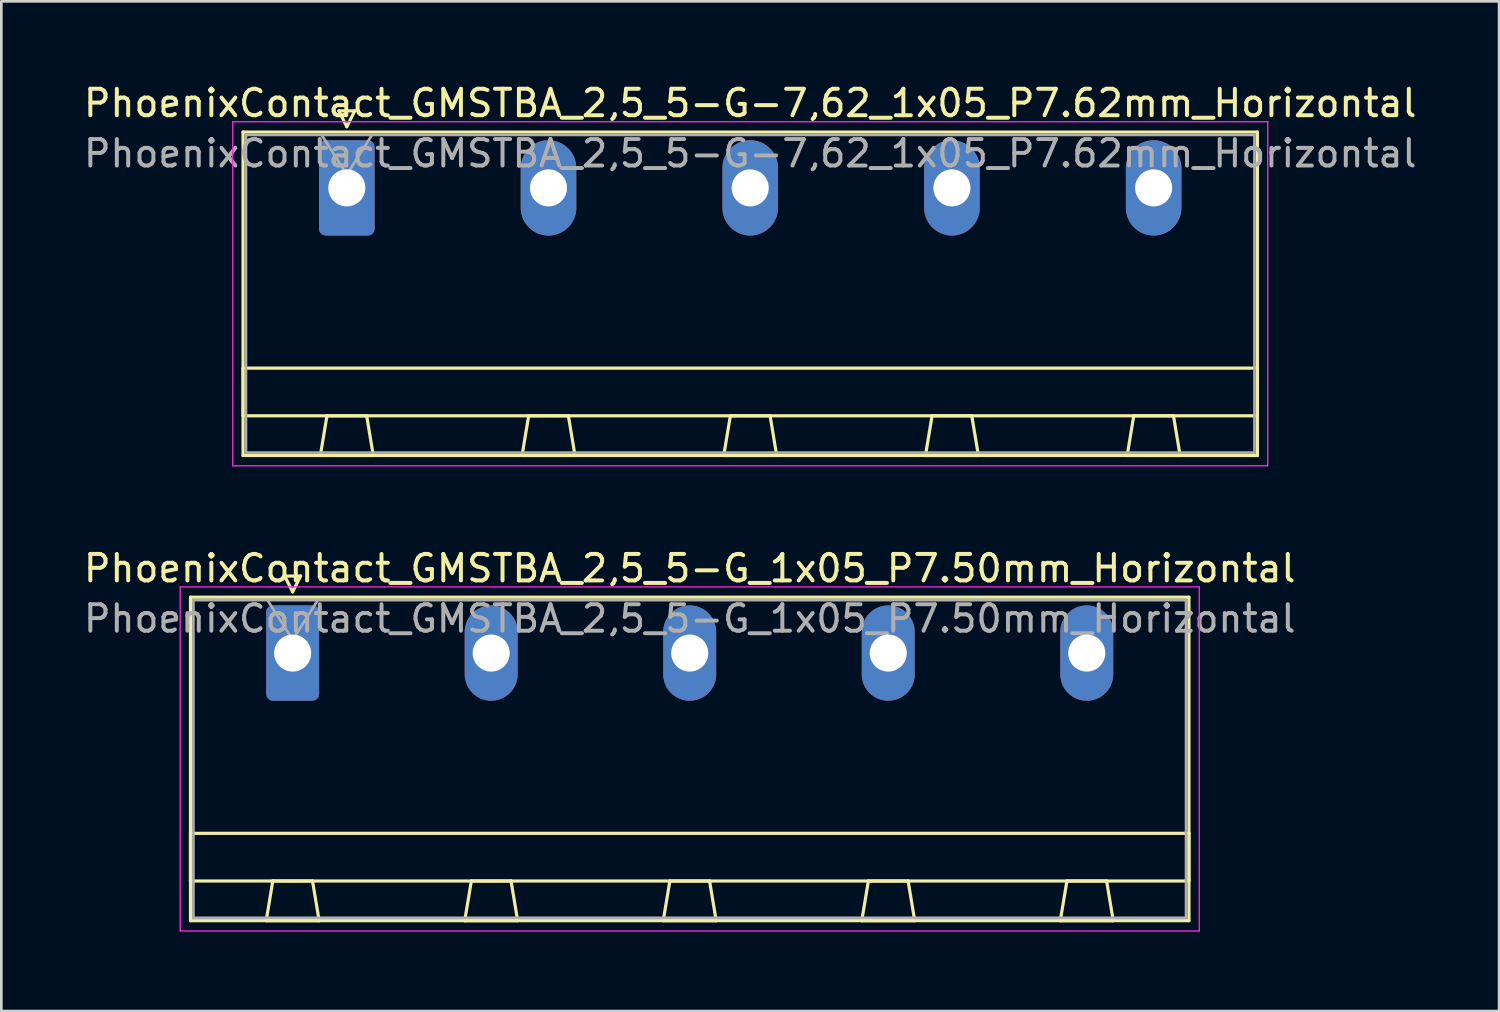
<source format=kicad_pcb>
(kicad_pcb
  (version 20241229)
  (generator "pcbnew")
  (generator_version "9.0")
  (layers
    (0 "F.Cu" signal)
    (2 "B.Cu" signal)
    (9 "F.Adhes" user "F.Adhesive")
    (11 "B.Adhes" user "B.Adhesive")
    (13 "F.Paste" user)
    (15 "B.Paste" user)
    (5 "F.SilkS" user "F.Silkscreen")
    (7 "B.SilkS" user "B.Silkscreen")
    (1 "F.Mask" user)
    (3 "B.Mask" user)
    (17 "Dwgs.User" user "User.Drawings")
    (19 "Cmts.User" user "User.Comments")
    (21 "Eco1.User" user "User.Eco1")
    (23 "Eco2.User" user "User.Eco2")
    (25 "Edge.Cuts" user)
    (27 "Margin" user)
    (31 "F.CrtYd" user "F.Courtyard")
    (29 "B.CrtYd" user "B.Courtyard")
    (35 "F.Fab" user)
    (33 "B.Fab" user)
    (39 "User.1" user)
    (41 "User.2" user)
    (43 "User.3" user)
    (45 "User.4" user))
  (footprint "PhoenixContact_GMSTBA_2,5_5-G_1x05_P7.50mm_Horizontal"
    (layer "F.Cu")
    (at 8.006 21.622)
    (property "Reference" "PhoenixContact_GMSTBA_2,5_5-G_1x05_P7.50mm_Horizontal" (at 15 -3.2 0) (layer "F.SilkS") (effects (font (size 1 1) (thickness 0.15))))
    (attr through_hole)
    (fp_line (start -3.86 -2.11) (end -3.86 10.11) (stroke (width 0.12) (type solid)) (layer "F.SilkS"))
    (fp_line (start -3.86 6.81) (end 33.86 6.81) (stroke (width 0.12) (type solid)) (layer "F.SilkS"))
    (fp_line (start -3.86 8.61) (end -3.86 6.81) (stroke (width 0.12) (type solid)) (layer "F.SilkS"))
    (fp_line (start -3.86 10.11) (end 33.86 10.11) (stroke (width 0.12) (type solid)) (layer "F.SilkS"))
    (fp_line (start -1 10.11) (end 1 10.11) (stroke (width 0.12) (type solid)) (layer "F.SilkS"))
    (fp_line (start -0.75 8.61) (end -1 10.11) (stroke (width 0.12) (type solid)) (layer "F.SilkS"))
    (fp_line (start -0.3 -2.91) (end 0.3 -2.91) (stroke (width 0.12) (type solid)) (layer "F.SilkS"))
    (fp_line (start 0 -2.31) (end -0.3 -2.91) (stroke (width 0.12) (type solid)) (layer "F.SilkS"))
    (fp_line (start 0.3 -2.91) (end 0 -2.31) (stroke (width 0.12) (type solid)) (layer "F.SilkS"))
    (fp_line (start 0.75 8.61) (end -0.75 8.61) (stroke (width 0.12) (type solid)) (layer "F.SilkS"))
    (fp_line (start 1 10.11) (end 0.75 8.61) (stroke (width 0.12) (type solid)) (layer "F.SilkS"))
    (fp_line (start 6.5 10.11) (end 8.5 10.11) (stroke (width 0.12) (type solid)) (layer "F.SilkS"))
    (fp_line (start 6.75 8.61) (end 6.5 10.11) (stroke (width 0.12) (type solid)) (layer "F.SilkS"))
    (fp_line (start 8.25 8.61) (end 6.75 8.61) (stroke (width 0.12) (type solid)) (layer "F.SilkS"))
    (fp_line (start 8.5 10.11) (end 8.25 8.61) (stroke (width 0.12) (type solid)) (layer "F.SilkS"))
    (fp_line (start 14 10.11) (end 16 10.11) (stroke (width 0.12) (type solid)) (layer "F.SilkS"))
    (fp_line (start 14.25 8.61) (end 14 10.11) (stroke (width 0.12) (type solid)) (layer "F.SilkS"))
    (fp_line (start 15.75 8.61) (end 14.25 8.61) (stroke (width 0.12) (type solid)) (layer "F.SilkS"))
    (fp_line (start 16 10.11) (end 15.75 8.61) (stroke (width 0.12) (type solid)) (layer "F.SilkS"))
    (fp_line (start 21.5 10.11) (end 23.5 10.11) (stroke (width 0.12) (type solid)) (layer "F.SilkS"))
    (fp_line (start 21.75 8.61) (end 21.5 10.11) (stroke (width 0.12) (type solid)) (layer "F.SilkS"))
    (fp_line (start 23.25 8.61) (end 21.75 8.61) (stroke (width 0.12) (type solid)) (layer "F.SilkS"))
    (fp_line (start 23.5 10.11) (end 23.25 8.61) (stroke (width 0.12) (type solid)) (layer "F.SilkS"))
    (fp_line (start 29 10.11) (end 31 10.11) (stroke (width 0.12) (type solid)) (layer "F.SilkS"))
    (fp_line (start 29.25 8.61) (end 29 10.11) (stroke (width 0.12) (type solid)) (layer "F.SilkS"))
    (fp_line (start 30.75 8.61) (end 29.25 8.61) (stroke (width 0.12) (type solid)) (layer "F.SilkS"))
    (fp_line (start 31 10.11) (end 30.75 8.61) (stroke (width 0.12) (type solid)) (layer "F.SilkS"))
    (fp_line (start 33.86 -2.11) (end -3.86 -2.11) (stroke (width 0.12) (type solid)) (layer "F.SilkS"))
    (fp_line (start 33.86 6.81) (end 33.86 8.61) (stroke (width 0.12) (type solid)) (layer "F.SilkS"))
    (fp_line (start 33.86 8.61) (end -3.86 8.61) (stroke (width 0.12) (type solid)) (layer "F.SilkS"))
    (fp_line (start 33.86 10.11) (end 33.86 -2.11) (stroke (width 0.12) (type solid)) (layer "F.SilkS"))
    (fp_line (start -4.25 -2.5) (end -4.25 10.5) (stroke (width 0.05) (type solid)) (layer "F.CrtYd"))
    (fp_line (start -4.25 10.5) (end 34.25 10.5) (stroke (width 0.05) (type solid)) (layer "F.CrtYd"))
    (fp_line (start 34.25 -2.5) (end -4.25 -2.5) (stroke (width 0.05) (type solid)) (layer "F.CrtYd"))
    (fp_line (start 34.25 10.5) (end 34.25 -2.5) (stroke (width 0.05) (type solid)) (layer "F.CrtYd"))
    (fp_line (start -3.75 -2) (end -3.75 10) (stroke (width 0.1) (type solid)) (layer "F.Fab"))
    (fp_line (start -3.75 10) (end 33.75 10) (stroke (width 0.1) (type solid)) (layer "F.Fab"))
    (fp_line (start 0 -0.5) (end -0.95 -2) (stroke (width 0.1) (type solid)) (layer "F.Fab"))
    (fp_line (start 0.95 -2) (end 0 -0.5) (stroke (width 0.1) (type solid)) (layer "F.Fab"))
    (fp_line (start 33.75 -2) (end -3.75 -2) (stroke (width 0.1) (type solid)) (layer "F.Fab"))
    (fp_line (start 33.75 10) (end 33.75 -2) (stroke (width 0.1) (type solid)) (layer "F.Fab"))
    (fp_text user "${REFERENCE}" (at 15 -1.3 0) (layer "F.Fab") (effects (font (size 1 1) (thickness 0.15))))
    (pad "1" thru_hole roundrect (at 0 0) (size 2 3.6) (drill 1.4) (layers "*.Cu" "*.Mask") (roundrect_rratio 0.125))
    (pad "2" thru_hole oval (at 7.5 0) (size 2 3.6) (drill 1.4) (layers "*.Cu" "*.Mask"))
    (pad "3" thru_hole oval (at 15 0) (size 2 3.6) (drill 1.4) (layers "*.Cu" "*.Mask"))
    (pad "4" thru_hole oval (at 22.5 0) (size 2 3.6) (drill 1.4) (layers "*.Cu" "*.Mask"))
    (pad "5" thru_hole oval (at 30 0) (size 2 3.6) (drill 1.4) (layers "*.Cu" "*.Mask")))
  (footprint "PhoenixContact_GMSTBA_2,5_5-G-7,62_1x05_P7.62mm_Horizontal"
    (layer "F.Cu")
    (at 10.052 4.048)
    (property "Reference" "PhoenixContact_GMSTBA_2,5_5-G-7,62_1x05_P7.62mm_Horizontal" (at 15.24 -3.2 0) (layer "F.SilkS") (effects (font (size 1 1) (thickness 0.15))))
    (attr through_hole)
    (fp_line (start -3.92 -2.11) (end -3.92 10.11) (stroke (width 0.12) (type solid)) (layer "F.SilkS"))
    (fp_line (start -3.92 6.81) (end 34.4 6.81) (stroke (width 0.12) (type solid)) (layer "F.SilkS"))
    (fp_line (start -3.92 8.61) (end -3.92 6.81) (stroke (width 0.12) (type solid)) (layer "F.SilkS"))
    (fp_line (start -3.92 10.11) (end 34.4 10.11) (stroke (width 0.12) (type solid)) (layer "F.SilkS"))
    (fp_line (start -1 10.11) (end 1 10.11) (stroke (width 0.12) (type solid)) (layer "F.SilkS"))
    (fp_line (start -0.75 8.61) (end -1 10.11) (stroke (width 0.12) (type solid)) (layer "F.SilkS"))
    (fp_line (start -0.3 -2.91) (end 0.3 -2.91) (stroke (width 0.12) (type solid)) (layer "F.SilkS"))
    (fp_line (start 0 -2.31) (end -0.3 -2.91) (stroke (width 0.12) (type solid)) (layer "F.SilkS"))
    (fp_line (start 0.3 -2.91) (end 0 -2.31) (stroke (width 0.12) (type solid)) (layer "F.SilkS"))
    (fp_line (start 0.75 8.61) (end -0.75 8.61) (stroke (width 0.12) (type solid)) (layer "F.SilkS"))
    (fp_line (start 1 10.11) (end 0.75 8.61) (stroke (width 0.12) (type solid)) (layer "F.SilkS"))
    (fp_line (start 6.62 10.11) (end 8.62 10.11) (stroke (width 0.12) (type solid)) (layer "F.SilkS"))
    (fp_line (start 6.87 8.61) (end 6.62 10.11) (stroke (width 0.12) (type solid)) (layer "F.SilkS"))
    (fp_line (start 8.37 8.61) (end 6.87 8.61) (stroke (width 0.12) (type solid)) (layer "F.SilkS"))
    (fp_line (start 8.62 10.11) (end 8.37 8.61) (stroke (width 0.12) (type solid)) (layer "F.SilkS"))
    (fp_line (start 14.24 10.11) (end 16.24 10.11) (stroke (width 0.12) (type solid)) (layer "F.SilkS"))
    (fp_line (start 14.49 8.61) (end 14.24 10.11) (stroke (width 0.12) (type solid)) (layer "F.SilkS"))
    (fp_line (start 15.99 8.61) (end 14.49 8.61) (stroke (width 0.12) (type solid)) (layer "F.SilkS"))
    (fp_line (start 16.24 10.11) (end 15.99 8.61) (stroke (width 0.12) (type solid)) (layer "F.SilkS"))
    (fp_line (start 21.86 10.11) (end 23.86 10.11) (stroke (width 0.12) (type solid)) (layer "F.SilkS"))
    (fp_line (start 22.11 8.61) (end 21.86 10.11) (stroke (width 0.12) (type solid)) (layer "F.SilkS"))
    (fp_line (start 23.61 8.61) (end 22.11 8.61) (stroke (width 0.12) (type solid)) (layer "F.SilkS"))
    (fp_line (start 23.86 10.11) (end 23.61 8.61) (stroke (width 0.12) (type solid)) (layer "F.SilkS"))
    (fp_line (start 29.48 10.11) (end 31.48 10.11) (stroke (width 0.12) (type solid)) (layer "F.SilkS"))
    (fp_line (start 29.73 8.61) (end 29.48 10.11) (stroke (width 0.12) (type solid)) (layer "F.SilkS"))
    (fp_line (start 31.23 8.61) (end 29.73 8.61) (stroke (width 0.12) (type solid)) (layer "F.SilkS"))
    (fp_line (start 31.48 10.11) (end 31.23 8.61) (stroke (width 0.12) (type solid)) (layer "F.SilkS"))
    (fp_line (start 34.4 -2.11) (end -3.92 -2.11) (stroke (width 0.12) (type solid)) (layer "F.SilkS"))
    (fp_line (start 34.4 6.81) (end 34.4 8.61) (stroke (width 0.12) (type solid)) (layer "F.SilkS"))
    (fp_line (start 34.4 8.61) (end -3.92 8.61) (stroke (width 0.12) (type solid)) (layer "F.SilkS"))
    (fp_line (start 34.4 10.11) (end 34.4 -2.11) (stroke (width 0.12) (type solid)) (layer "F.SilkS"))
    (fp_line (start -4.31 -2.5) (end -4.31 10.5) (stroke (width 0.05) (type solid)) (layer "F.CrtYd"))
    (fp_line (start -4.31 10.5) (end 34.79 10.5) (stroke (width 0.05) (type solid)) (layer "F.CrtYd"))
    (fp_line (start 34.79 -2.5) (end -4.31 -2.5) (stroke (width 0.05) (type solid)) (layer "F.CrtYd"))
    (fp_line (start 34.79 10.5) (end 34.79 -2.5) (stroke (width 0.05) (type solid)) (layer "F.CrtYd"))
    (fp_line (start -3.81 -2) (end -3.81 10) (stroke (width 0.1) (type solid)) (layer "F.Fab"))
    (fp_line (start -3.81 10) (end 34.29 10) (stroke (width 0.1) (type solid)) (layer "F.Fab"))
    (fp_line (start 0 -0.5) (end -0.95 -2) (stroke (width 0.1) (type solid)) (layer "F.Fab"))
    (fp_line (start 0.95 -2) (end 0 -0.5) (stroke (width 0.1) (type solid)) (layer "F.Fab"))
    (fp_line (start 34.29 -2) (end -3.81 -2) (stroke (width 0.1) (type solid)) (layer "F.Fab"))
    (fp_line (start 34.29 10) (end 34.29 -2) (stroke (width 0.1) (type solid)) (layer "F.Fab"))
    (fp_text user "${REFERENCE}" (at 15.24 -1.3 0) (layer "F.Fab") (effects (font (size 1 1) (thickness 0.15))))
    (pad "1" thru_hole roundrect (at 0 0) (size 2.1 3.6) (drill 1.4) (layers "*.Cu" "*.Mask") (roundrect_rratio 0.119))
    (pad "2" thru_hole oval (at 7.62 0) (size 2.1 3.6) (drill 1.4) (layers "*.Cu" "*.Mask"))
    (pad "3" thru_hole oval (at 15.24 0) (size 2.1 3.6) (drill 1.4) (layers "*.Cu" "*.Mask"))
    (pad "4" thru_hole oval (at 22.86 0) (size 2.1 3.6) (drill 1.4) (layers "*.Cu" "*.Mask"))
    (pad "5" thru_hole oval (at 30.48 0) (size 2.1 3.6) (drill 1.4) (layers "*.Cu" "*.Mask")))
  (gr_rect
    (start -3 -3)
    (end 53.583 35.147)
    (stroke (width 0.1) (type default))
    (fill no)
    (layer "Edge.Cuts")))
</source>
